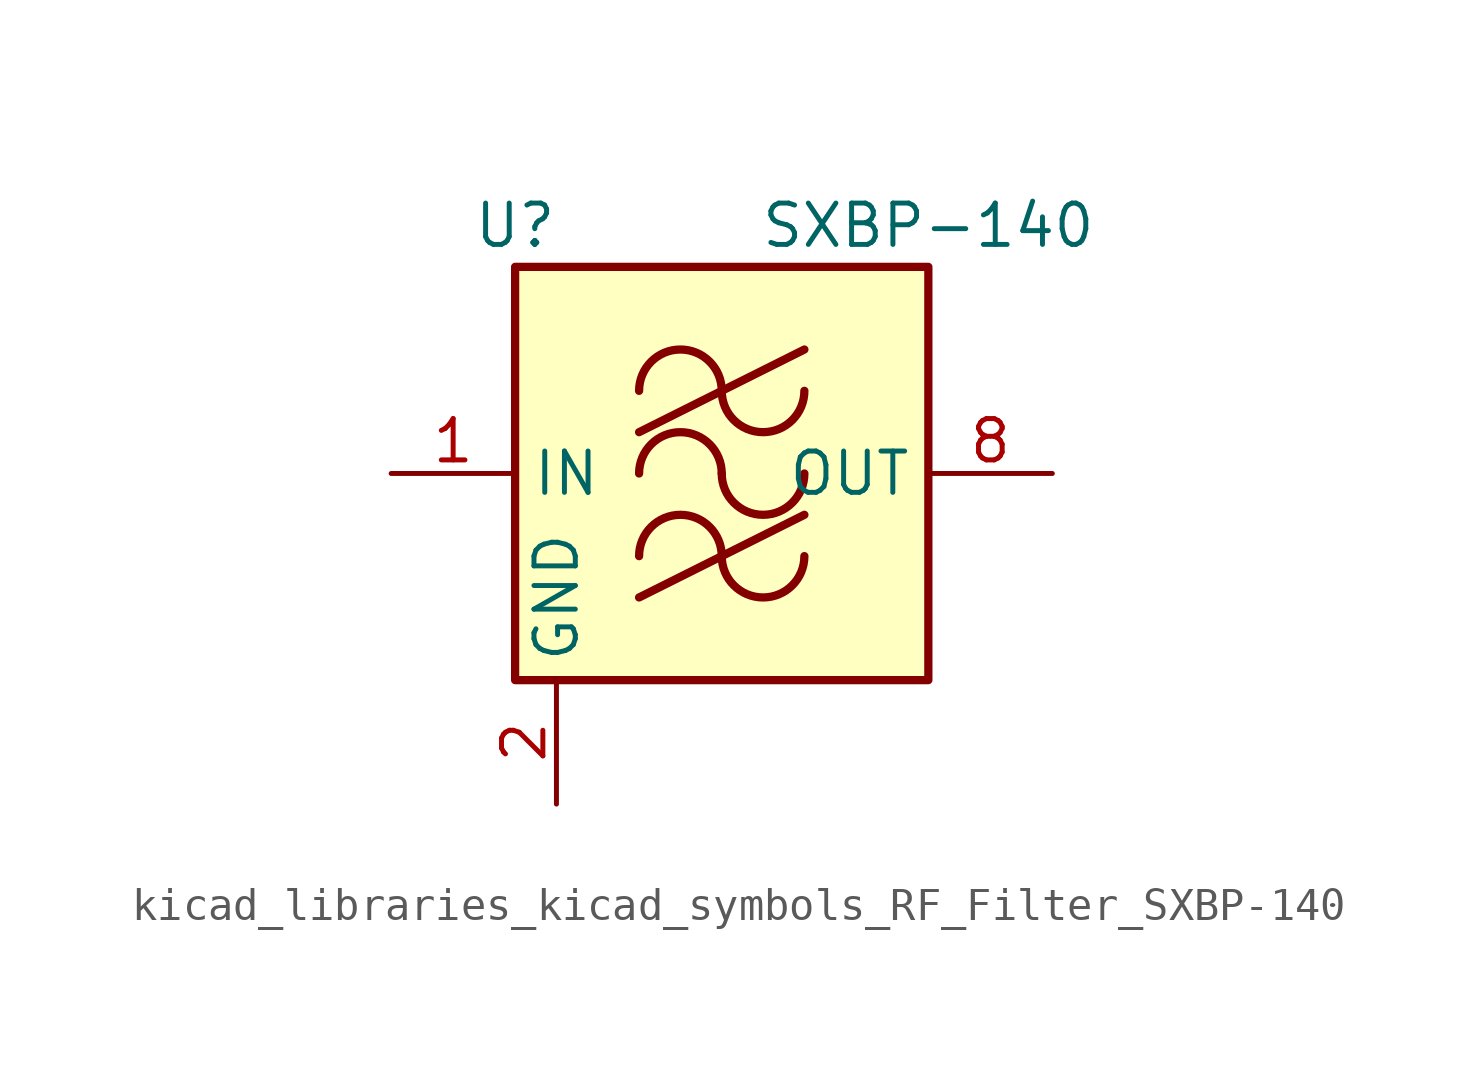
<source format=kicad_sym>
(kicad_symbol_lib
  (version 20220914)
  (generator kicad_symbol_editor)
  (symbol "kicad_libraries_kicad_symbols_RF_Filter_SXBP-140"
    (property "Reference" "U"
      (at -6.35 7.62 0)
      (effects (font (size 1.27 1.27))))
    (property "Value" "SXBP-140"
      (at 6.35 7.62 0)
      (effects (font (size 1.27 1.27))))
    (symbol "kicad_libraries_kicad_symbols_RF_Filter_SXBP-140_0_1"
      (rectangle (start -6.35 6.35) (end 6.35 -6.35) (stroke (width 0.254) (type default)) (fill (type background)))
      (arc (start 0 -2.54) (mid -1.27 -1.2755) (end -2.54 -2.54) (stroke (width 0.254) (type default)) (fill (type none)))
      (arc (start 0 -2.54) (mid 1.27 -3.8045) (end 2.54 -2.54) (stroke (width 0.254) (type default)) (fill (type none)))
      (arc (start 0 0) (mid -1.27 1.2645) (end -2.54 0) (stroke (width 0.254) (type default)) (fill (type none)))
      (polyline (pts (xy -2.54 -3.81) (xy 2.54 -1.27)) (stroke (width 0.254) (type default)) (fill (type none)))
      (polyline (pts (xy -2.54 1.27) (xy 2.54 3.81)) (stroke (width 0.254) (type default)) (fill (type none)))
      (arc (start 0 0) (mid 1.27 -1.2645) (end 2.54 0) (stroke (width 0.254) (type default)) (fill (type none)))
      (arc (start 0 2.54) (mid -1.27 3.8045) (end -2.54 2.54) (stroke (width 0.254) (type default)) (fill (type none)))
      (arc (start 0 2.54) (mid 1.27 1.2755) (end 2.54 2.54) (stroke (width 0.254) (type default)) (fill (type none))))
    (symbol "kicad_libraries_kicad_symbols_RF_Filter_SXBP-140_1_1"
      (pin input line (at -10.16 0 0) (length 3.81) (name "IN" (effects (font (size 1.27 1.27)))) (number "1" (effects (font (size 1.27 1.27)))))
      (pin power_in line (at -5.08 -10.16 90) (length 3.81) (name "GND" (effects (font (size 1.27 1.27)))) (number "2" (effects (font (size 1.27 1.27)))))
      (pin passive line (at -5.08 -10.16 90) (length 3.81) hide (name "GND" (effects (font (size 1.27 1.27)))) (number "3" (effects (font (size 1.27 1.27)))))
      (pin passive line (at -5.08 -10.16 90) (length 3.81) hide (name "GND" (effects (font (size 1.27 1.27)))) (number "4" (effects (font (size 1.27 1.27)))))
      (pin passive line (at -5.08 -10.16 90) (length 3.81) hide (name "GND" (effects (font (size 1.27 1.27)))) (number "5" (effects (font (size 1.27 1.27)))))
      (pin passive line (at -5.08 -10.16 90) (length 3.81) hide (name "GND" (effects (font (size 1.27 1.27)))) (number "6" (effects (font (size 1.27 1.27)))))
      (pin passive line (at -5.08 -10.16 90) (length 3.81) hide (name "GND" (effects (font (size 1.27 1.27)))) (number "7" (effects (font (size 1.27 1.27)))))
      (pin output line (at 10.16 0 180) (length 3.81) (name "OUT" (effects (font (size 1.27 1.27)))) (number "8" (effects (font (size 1.27 1.27))))))))
</source>
